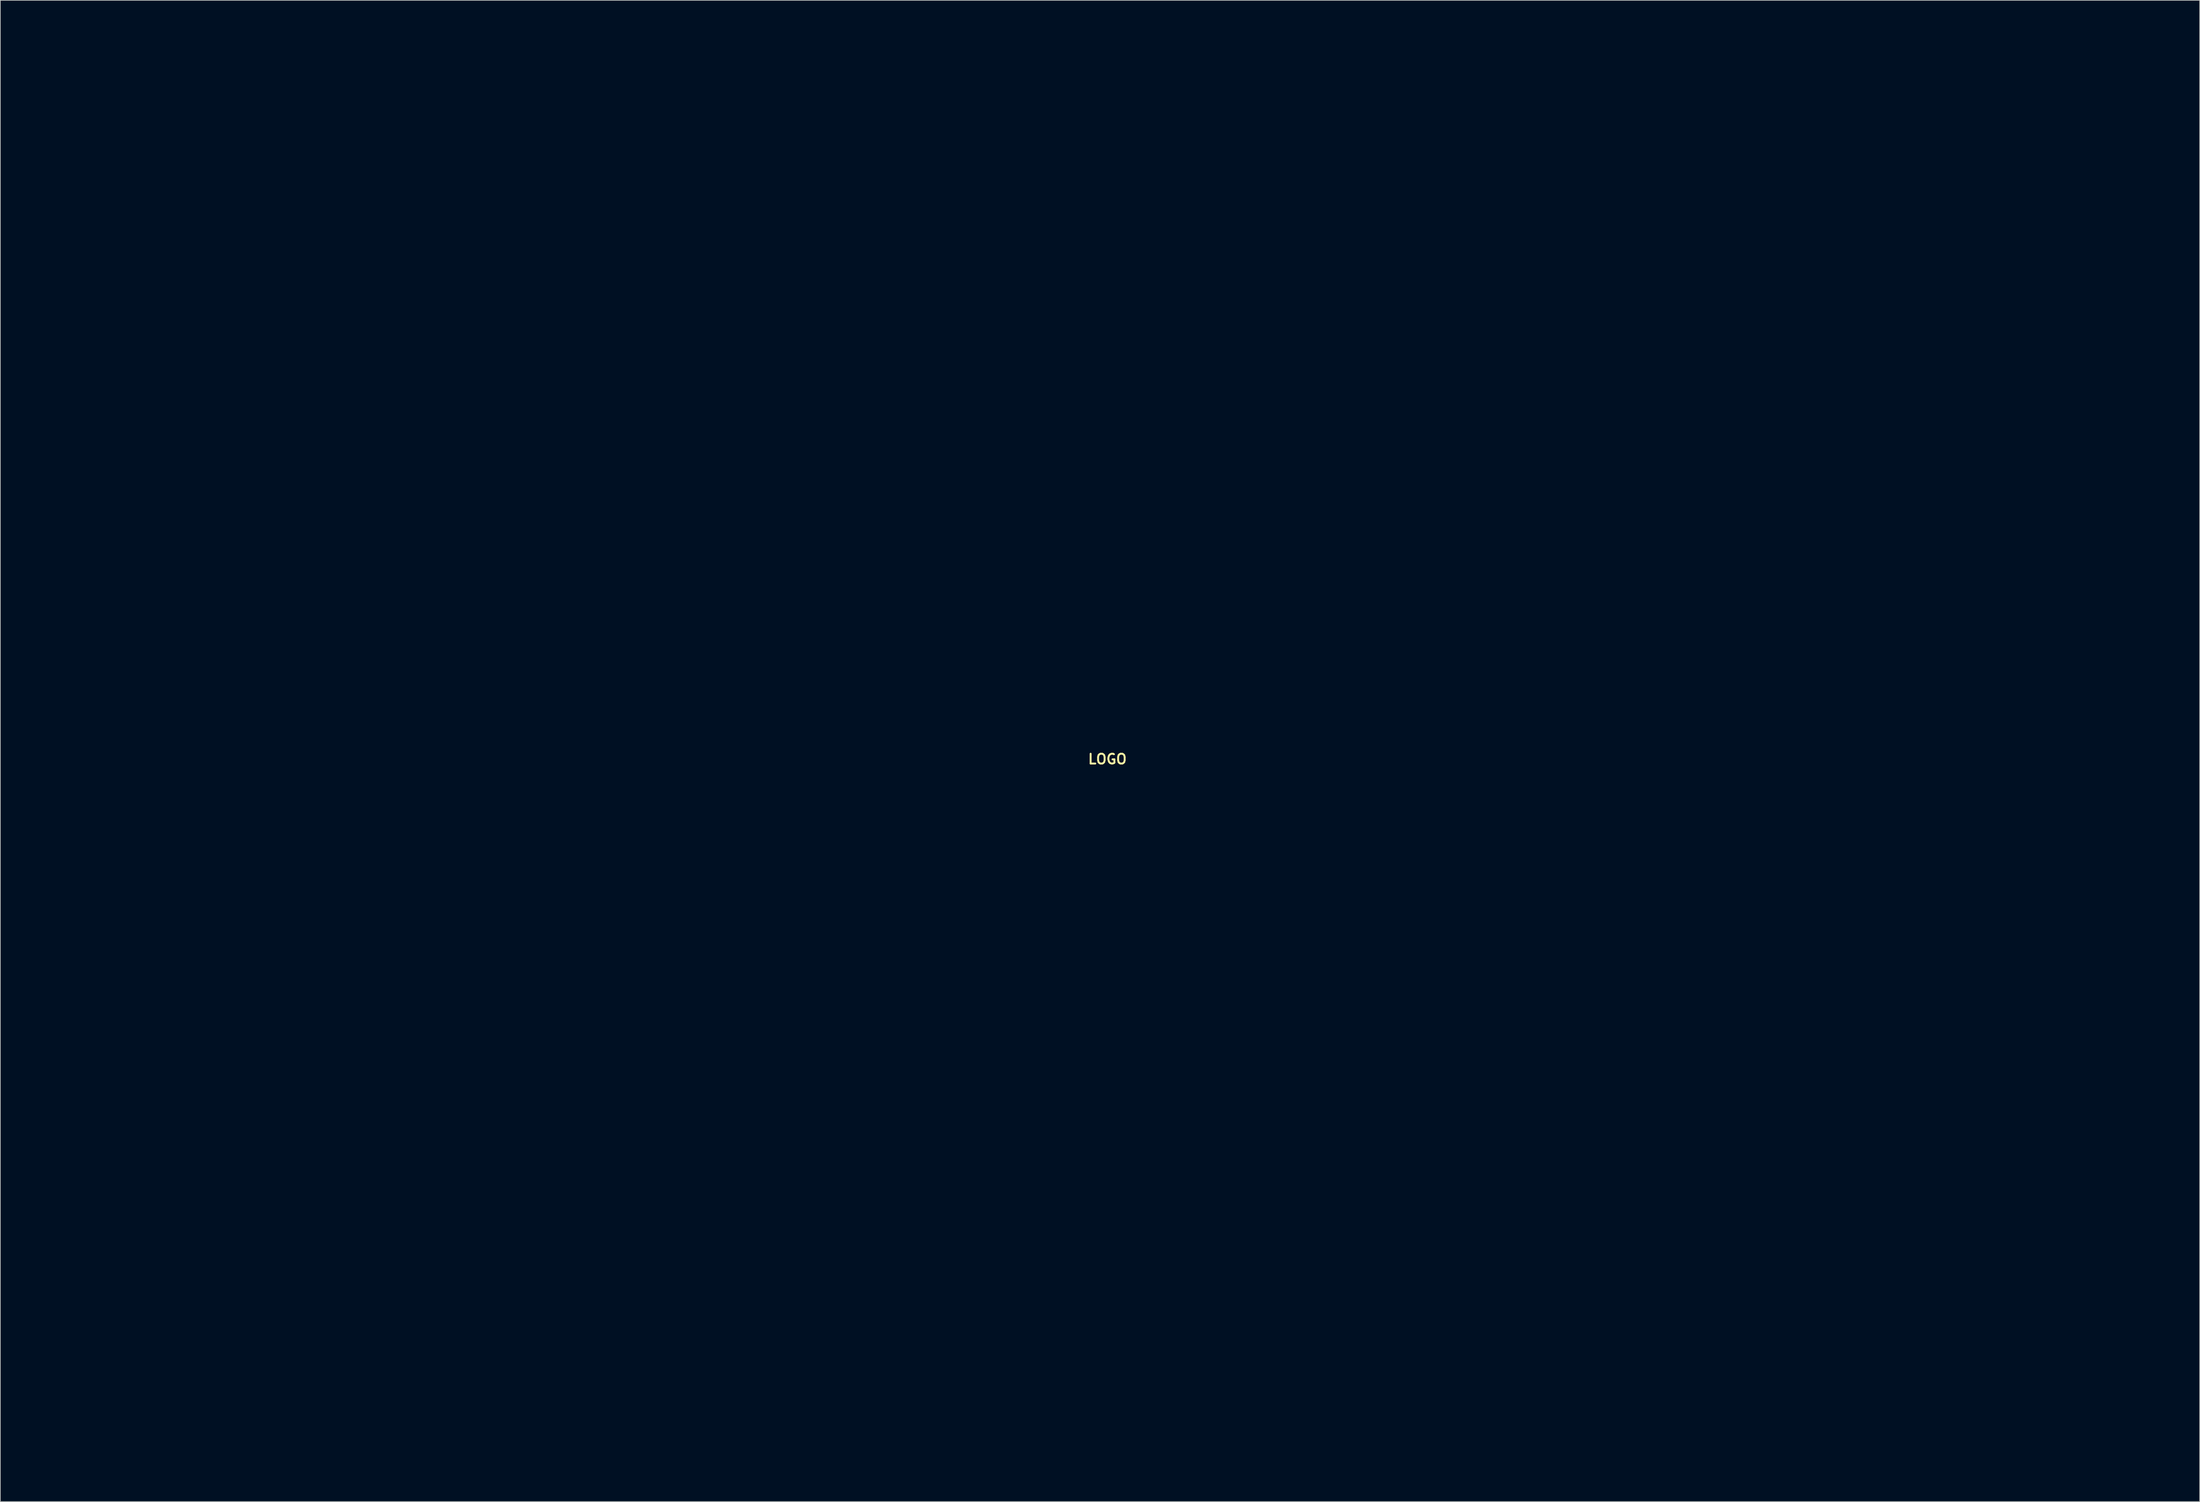
<source format=kicad_pcb>
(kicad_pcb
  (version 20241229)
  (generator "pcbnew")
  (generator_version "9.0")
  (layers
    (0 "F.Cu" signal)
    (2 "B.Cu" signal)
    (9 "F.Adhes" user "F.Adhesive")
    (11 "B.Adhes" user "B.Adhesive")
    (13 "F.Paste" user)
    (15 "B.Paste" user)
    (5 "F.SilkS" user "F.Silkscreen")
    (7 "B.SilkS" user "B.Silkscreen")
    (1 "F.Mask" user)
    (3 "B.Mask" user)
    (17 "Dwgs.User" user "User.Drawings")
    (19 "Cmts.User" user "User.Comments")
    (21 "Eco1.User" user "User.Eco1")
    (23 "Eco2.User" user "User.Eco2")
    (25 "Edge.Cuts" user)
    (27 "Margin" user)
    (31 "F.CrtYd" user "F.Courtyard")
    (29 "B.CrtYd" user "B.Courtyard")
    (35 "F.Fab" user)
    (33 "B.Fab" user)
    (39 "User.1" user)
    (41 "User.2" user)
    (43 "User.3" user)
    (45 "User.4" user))
  (footprint "LOGO"
    (layer "F.Cu")
    (at 169.312 115.108)
    (property "Reference" "LOGO" (at 0 0 0) (layer "F.SilkS") (effects (font (size 1.524 1.524) (thickness 0.3))))
    (attr through_hole)
    (fp_poly (pts (xy -127 112.183) (xy -133.562 112.183) (xy -133.562 88.688) (xy -127 88.688) (xy -127 112.183)) (stroke (width 0.01) (type solid)) (fill no) (layer "Eco2.User"))
    (fp_poly (pts (xy -114.935 112.183) (xy -121.497 112.183) (xy -121.497 74.718) (xy -114.935 74.718) (xy -114.935 112.183)) (stroke (width 0.01) (type solid)) (fill no) (layer "Eco2.User"))
    (fp_poly (pts (xy -128.911 75.135) (xy -127.73 75.652) (xy -126.76 76.451) (xy -126.376 76.958) (xy -125.778 78.246) (xy -125.542 79.584) (xy -125.652 80.901) (xy -126.09 82.125) (xy -126.839 83.182) (xy -127.88 84.001) (xy -128.111 84.124) (xy -129.358 84.546) (xy -130.706 84.67) (xy -132.003 84.489) (xy -132.609 84.272) (xy -133.73 83.555) (xy -134.566 82.601) (xy -135.117 81.48) (xy -135.38 80.264) (xy -135.354 79.023) (xy -135.035 77.829) (xy -134.422 76.751) (xy -133.514 75.862) (xy -132.861 75.466) (xy -131.563 75.022) (xy -130.218 74.918) (xy -128.911 75.135)) (stroke (width 0.01) (type solid)) (fill no) (layer "Eco2.User"))
    (fp_poly (pts (xy -14.076 74.622) (xy -12.232 74.777) (xy -10.653 75.217) (xy -9.371 75.935) (xy -9.336 75.962) (xy -8.829 76.353) (xy -10.143 78.263) (xy -11.263 77.719) (xy -12.346 77.332) (xy -13.584 77.11) (xy -14.809 77.067) (xy -15.857 77.22) (xy -15.967 77.254) (xy -17.125 77.846) (xy -18.033 78.774) (xy -18.69 80.042) (xy -19.098 81.649) (xy -19.257 83.598) (xy -19.259 83.873) (xy -19.262 85.725) (xy -10.795 85.725) (xy -10.795 88.053) (xy -19.262 88.053) (xy -19.262 112.183) (xy -21.802 112.183) (xy -21.802 88.053) (xy -27.093 88.053) (xy -27.093 85.725) (xy -21.802 85.725) (xy -21.802 83.703) (xy -21.668 81.468) (xy -21.271 79.536) (xy -20.614 77.917) (xy -19.701 76.621) (xy -18.886 75.894) (xy -17.9 75.288) (xy -16.855 74.895) (xy -15.634 74.682) (xy -14.125 74.621) (xy -14.076 74.622)) (stroke (width 0.01) (type solid)) (fill no) (layer "Eco2.User"))
    (fp_poly (pts (xy 99.815 85.327) (xy 100.989 85.41) (xy 101.917 85.567) (xy 102.055 85.605) (xy 102.728 85.839) (xy 103.457 86.135) (xy 104.096 86.431) (xy 104.499 86.663) (xy 104.525 86.684) (xy 104.474 86.884) (xy 104.278 87.321) (xy 104 87.868) (xy 103.705 88.395) (xy 103.542 88.654) (xy 103.349 88.798) (xy 103.016 88.742) (xy 102.501 88.504) (xy 101.052 87.987) (xy 99.402 87.784) (xy 97.639 87.899) (xy 96.185 88.23) (xy 95.1 88.715) (xy 93.966 89.486) (xy 92.901 90.441) (xy 92.026 91.477) (xy 91.615 92.147) (xy 91.372 92.637) (xy 91.171 93.098) (xy 91.008 93.574) (xy 90.88 94.11) (xy 90.781 94.751) (xy 90.708 95.541) (xy 90.658 96.527) (xy 90.625 97.751) (xy 90.607 99.26) (xy 90.598 101.099) (xy 90.596 103.311) (xy 90.596 103.558) (xy 90.593 112.183) (xy 87.842 112.183) (xy 87.842 85.513) (xy 90.382 85.513) (xy 90.382 87.789) (xy 90.383 90.064) (xy 90.827 89.323) (xy 91.81 88.055) (xy 93.099 86.954) (xy 94.584 86.097) (xy 96.159 85.558) (xy 96.266 85.534) (xy 97.309 85.387) (xy 98.541 85.319) (xy 99.815 85.327)) (stroke (width 0.01) (type solid)) (fill no) (layer "Eco2.User"))
    (fp_poly (pts (xy -103.031 85.161) (xy -102.976 95.604) (xy -98.758 90.559) (xy -94.539 85.513) (xy -90.661 85.513) (xy -89.067 85.525) (xy -87.894 85.562) (xy -87.14 85.622) (xy -86.803 85.707) (xy -86.783 85.738) (xy -86.92 85.942) (xy -87.309 86.424) (xy -87.918 87.147) (xy -88.717 88.076) (xy -89.674 89.173) (xy -90.758 90.403) (xy -91.938 91.729) (xy -91.987 91.784) (xy -93.166 93.113) (xy -94.247 94.348) (xy -95.197 95.454) (xy -95.987 96.395) (xy -96.587 97.132) (xy -96.964 97.63) (xy -97.09 97.853) (xy -97.089 97.856) (xy -96.932 98.065) (xy -96.527 98.559) (xy -95.902 99.302) (xy -95.088 100.261) (xy -94.113 101.401) (xy -93.006 102.687) (xy -91.798 104.086) (xy -91.145 104.839) (xy -89.898 106.282) (xy -88.742 107.634) (xy -87.707 108.859) (xy -86.819 109.923) (xy -86.11 110.791) (xy -85.606 111.428) (xy -85.338 111.8) (xy -85.302 111.877) (xy -85.362 111.987) (xy -85.578 112.068) (xy -86.002 112.124) (xy -86.688 112.159) (xy -87.686 112.178) (xy -89.051 112.183) (xy -89.185 112.183) (xy -93.069 112.183) (xy -98.022 106.139) (xy -102.976 100.095) (xy -103.032 106.139) (xy -103.088 112.183) (xy -109.643 112.183) (xy -109.643 74.718) (xy -103.086 74.718) (xy -103.031 85.161)) (stroke (width 0.01) (type solid)) (fill no) (layer "Eco2.User"))
    (fp_poly (pts (xy 1.27 85.513) (xy 9.948 85.513) (xy 9.948 87.63) (xy 1.27 87.63) (xy 1.27 96.279) (xy 1.275 98.339) (xy 1.291 100.255) (xy 1.315 101.981) (xy 1.348 103.469) (xy 1.387 104.675) (xy 1.432 105.553) (xy 1.483 106.055) (xy 1.485 106.069) (xy 1.873 107.339) (xy 2.495 108.432) (xy 3.288 109.25) (xy 3.697 109.51) (xy 4.691 109.836) (xy 5.918 109.952) (xy 7.244 109.859) (xy 8.534 109.558) (xy 8.746 109.484) (xy 9.979 109.03) (xy 10.382 109.919) (xy 10.626 110.497) (xy 10.772 110.922) (xy 10.79 111.02) (xy 10.611 111.199) (xy 10.135 111.463) (xy 9.472 111.752) (xy 8.611 112.039) (xy 7.704 112.219) (xy 6.596 112.319) (xy 6.032 112.343) (xy 5.021 112.367) (xy 4.304 112.343) (xy 3.751 112.254) (xy 3.234 112.079) (xy 2.752 111.862) (xy 1.433 111.086) (xy 0.425 110.124) (xy -0.344 108.896) (xy -0.784 107.814) (xy -0.87 107.519) (xy -0.942 107.149) (xy -1.002 106.665) (xy -1.052 106.027) (xy -1.093 105.197) (xy -1.126 104.133) (xy -1.154 102.797) (xy -1.178 101.15) (xy -1.199 99.151) (xy -1.216 97.208) (xy -1.294 87.63) (xy -6.773 87.63) (xy -6.773 85.513) (xy -1.27 85.513) (xy -1.27 77.949) (xy -0.476 77.818) (xy 0.187 77.728) (xy 0.749 77.685) (xy 0.794 77.684) (xy 1.27 77.682) (xy 1.27 85.513)) (stroke (width 0.01) (type solid)) (fill no) (layer "Eco2.User"))
    (fp_poly (pts (xy -85.37 -95.969) (xy -81.883 -95.377) (xy -78.55 -94.391) (xy -75.378 -93.013) (xy -72.37 -91.247) (xy -69.534 -89.094) (xy -67.617 -87.321) (xy -65.267 -84.722) (xy -63.296 -81.988) (xy -61.68 -79.075) (xy -60.397 -75.942) (xy -59.423 -72.544) (xy -59.247 -71.755) (xy -58.984 -70.113) (xy -58.815 -68.209) (xy -58.743 -66.178) (xy -58.769 -64.153) (xy -58.894 -62.27) (xy -59.12 -60.661) (xy -59.123 -60.642) (xy -60.006 -57.081) (xy -61.216 -53.779) (xy -62.768 -50.707) (xy -64.677 -47.842) (xy -66.956 -45.156) (xy -68.188 -43.921) (xy -70.907 -41.614) (xy -73.855 -39.66) (xy -77.011 -38.07) (xy -80.353 -36.854) (xy -83.039 -36.181) (xy -84.72 -35.915) (xy -86.639 -35.736) (xy -88.651 -35.649) (xy -90.61 -35.659) (xy -92.369 -35.772) (xy -93.028 -35.852) (xy -96.546 -36.57) (xy -99.909 -37.662) (xy -103.091 -39.11) (xy -106.065 -40.892) (xy -108.806 -42.988) (xy -111.287 -45.379) (xy -113.483 -48.043) (xy -115.366 -50.961) (xy -116.912 -54.112) (xy -117.078 -54.516) (xy -118.217 -57.892) (xy -118.949 -61.306) (xy -119.282 -64.728) (xy -119.227 -68.129) (xy -118.794 -71.479) (xy -117.992 -74.748) (xy -116.831 -77.908) (xy -115.321 -80.927) (xy -113.472 -83.777) (xy -111.294 -86.427) (xy -108.796 -88.849) (xy -105.989 -91.012) (xy -104.669 -91.867) (xy -101.596 -93.51) (xy -98.373 -94.759) (xy -94.996 -95.613) (xy -91.463 -96.075) (xy -89.006 -96.165) (xy -85.37 -95.969)) (stroke (width 0.01) (type solid)) (fill no) (layer "Eco2.User"))
    (fp_poly (pts (xy 3.698 -115.085) (xy 6.324 -115.042) (xy 8.699 -114.974) (xy 9.064 -114.96) (xy 10.814 -114.886) (xy 12.664 -114.798) (xy 14.559 -114.699) (xy 16.444 -114.594) (xy 18.265 -114.485) (xy 19.967 -114.375) (xy 21.496 -114.27) (xy 22.796 -114.171) (xy 23.814 -114.082) (xy 24.495 -114.007) (xy 24.712 -113.972) (xy 25.188 -113.869) (xy 25.188 59.864) (xy 24.395 59.981) (xy 24.128 60.016) (xy 23.776 60.055) (xy 23.298 60.101) (xy 22.654 60.157) (xy 21.805 60.226) (xy 20.709 60.312) (xy 19.325 60.418) (xy 17.615 60.547) (xy 15.537 60.703) (xy 14.711 60.764) (xy 13.797 60.815) (xy 12.508 60.863) (xy 10.895 60.906) (xy 9.006 60.945) (xy 6.89 60.979) (xy 4.597 61.009) (xy 2.175 61.033) (xy -0.325 61.052) (xy -2.855 61.065) (xy -5.365 61.071) (xy -7.807 61.072) (xy -10.132 61.065) (xy -12.289 61.052) (xy -14.23 61.031) (xy -15.906 61.003) (xy -17.267 60.966) (xy -17.475 60.959) (xy -19.203 60.887) (xy -21.212 60.791) (xy -23.406 60.677) (xy -25.69 60.55) (xy -27.968 60.415) (xy -30.144 60.279) (xy -32.124 60.146) (xy -33.811 60.023) (xy -34.343 59.981) (xy -35.983 59.847) (xy -35.983 -112.361) (xy -35.401 -112.481) (xy -34.153 -112.711) (xy -32.549 -112.961) (xy -30.655 -113.226) (xy -28.536 -113.496) (xy -26.258 -113.765) (xy -23.888 -114.023) (xy -21.492 -114.264) (xy -19.135 -114.48) (xy -17.357 -114.626) (xy -15.419 -114.752) (xy -13.133 -114.861) (xy -10.574 -114.951) (xy -7.817 -115.021) (xy -4.936 -115.07) (xy -2.007 -115.098) (xy 0.896 -115.103) (xy 3.698 -115.085)) (stroke (width 0.01) (type solid)) (fill no) (layer "Eco2.User"))
    (fp_poly (pts (xy -136.239 -54.626) (xy -136.049 -54.104) (xy -135.803 -53.333) (xy -135.529 -52.391) (xy -135.529 -52.391) (xy -134.256 -48.566) (xy -132.605 -44.791) (xy -130.615 -41.121) (xy -128.322 -37.613) (xy -125.763 -34.322) (xy -122.976 -31.303) (xy -119.997 -28.612) (xy -119.168 -27.952) (xy -115.772 -25.51) (xy -112.329 -23.431) (xy -108.735 -21.654) (xy -104.882 -20.125) (xy -104.53 -20.001) (xy -101.465 -19.075) (xy -98.185 -18.339) (xy -94.802 -17.808) (xy -91.428 -17.496) (xy -88.177 -17.417) (xy -85.525 -17.55) (xy -81.024 -18.124) (xy -76.775 -19.01) (xy -72.738 -20.225) (xy -68.877 -21.784) (xy -65.154 -23.706) (xy -61.532 -26.006) (xy -57.972 -28.702) (xy -55.51 -30.822) (xy -54.187 -32.016) (xy -54.187 57.785) (xy -54.769 57.764) (xy -55.162 57.726) (xy -55.893 57.632) (xy -56.883 57.494) (xy -58.053 57.323) (xy -59.161 57.154) (xy -63.951 56.364) (xy -68.972 55.444) (xy -74.091 54.42) (xy -79.174 53.321) (xy -84.09 52.174) (xy -88.371 51.095) (xy -95.795 49.012) (xy -103.03 46.715) (xy -110.057 44.214) (xy -116.856 41.519) (xy -123.408 38.639) (xy -129.694 35.586) (xy -135.694 32.368) (xy -141.39 28.997) (xy -146.763 25.482) (xy -151.792 21.833) (xy -156.459 18.061) (xy -160.745 14.176) (xy -163.09 11.831) (xy -164.859 9.955) (xy -166.338 8.304) (xy -167.564 6.835) (xy -168.439 5.689) (xy -169.307 4.499) (xy -168.18 1.138) (xy -165.933 -5.055) (xy -163.321 -11.35) (xy -160.373 -17.694) (xy -157.117 -24.033) (xy -153.584 -30.316) (xy -149.802 -36.49) (xy -145.799 -42.502) (xy -141.607 -48.3) (xy -138.807 -51.911) (xy -138.048 -52.853) (xy -137.377 -53.668) (xy -136.839 -54.302) (xy -136.48 -54.702) (xy -136.347 -54.819) (xy -136.239 -54.626)) (stroke (width 0.01) (type solid)) (fill no) (layer "Eco2.User"))
    (fp_poly (pts (xy 68.968 85.197) (xy 71.083 85.596) (xy 73.106 86.342) (xy 74.968 87.403) (xy 76.598 88.75) (xy 77.714 90.043) (xy 78.317 90.869) (xy 78.317 85.513) (xy 80.857 85.513) (xy 80.857 112.183) (xy 78.317 112.183) (xy 78.31 109.167) (xy 78.303 106.151) (xy 77.854 106.786) (xy 77.508 107.208) (xy 76.949 107.824) (xy 76.267 108.534) (xy 75.853 108.948) (xy 74.254 110.29) (xy 72.492 111.356) (xy 70.665 112.093) (xy 69.427 112.383) (xy 68.639 112.502) (xy 68.04 112.56) (xy 67.473 112.556) (xy 66.783 112.492) (xy 65.934 112.382) (xy 63.839 111.893) (xy 61.858 111.029) (xy 60.034 109.829) (xy 58.407 108.336) (xy 57.018 106.591) (xy 55.908 104.634) (xy 55.119 102.507) (xy 54.839 101.297) (xy 54.588 98.86) (xy 54.649 97.782) (xy 57.371 97.782) (xy 57.386 99.274) (xy 57.52 100.704) (xy 57.747 101.833) (xy 58.466 103.748) (xy 59.492 105.489) (xy 60.775 107.004) (xy 62.265 108.241) (xy 63.913 109.145) (xy 64.987 109.516) (xy 66.242 109.74) (xy 67.71 109.827) (xy 69.203 109.779) (xy 70.532 109.593) (xy 70.795 109.531) (xy 72.651 108.84) (xy 74.294 107.814) (xy 75.701 106.498) (xy 76.848 104.935) (xy 77.713 103.17) (xy 78.27 101.247) (xy 78.498 99.21) (xy 78.371 97.103) (xy 78.11 95.797) (xy 77.402 93.764) (xy 76.398 91.979) (xy 75.125 90.473) (xy 73.612 89.281) (xy 71.888 88.433) (xy 71.446 88.285) (xy 69.288 87.816) (xy 67.19 87.734) (xy 65.191 88.019) (xy 63.329 88.653) (xy 61.644 89.615) (xy 60.173 90.887) (xy 58.954 92.449) (xy 58.025 94.282) (xy 57.699 95.236) (xy 57.475 96.384) (xy 57.371 97.782) (xy 54.649 97.782) (xy 54.721 96.498) (xy 55.224 94.25) (xy 56.079 92.155) (xy 57.273 90.252) (xy 58.787 88.58) (xy 60.536 87.224) (xy 62.139 86.376) (xy 63.991 85.711) (xy 65.934 85.281) (xy 66.829 85.175) (xy 68.968 85.197)) (stroke (width 0.01) (type solid)) (fill no) (layer "Eco2.User"))
    (fp_poly (pts (xy 123.577 85.453) (xy 125.77 86.09) (xy 127.712 87.048) (xy 129.388 88.316) (xy 130.779 89.883) (xy 131.868 91.738) (xy 131.907 91.822) (xy 132.336 92.982) (xy 132.69 94.366) (xy 132.946 95.826) (xy 133.077 97.215) (xy 133.059 98.384) (xy 133.046 98.492) (xy 132.896 99.695) (xy 109.606 99.695) (xy 109.753 100.595) (xy 110.054 101.804) (xy 110.554 103.157) (xy 111.176 104.475) (xy 111.845 105.58) (xy 111.949 105.723) (xy 112.923 106.786) (xy 114.164 107.811) (xy 115.526 108.69) (xy 116.78 109.282) (xy 118.201 109.641) (xy 119.833 109.768) (xy 121.534 109.668) (xy 123.161 109.344) (xy 123.825 109.128) (xy 125.085 108.576) (xy 126.364 107.875) (xy 127.542 107.099) (xy 128.498 106.327) (xy 128.862 105.956) (xy 129.491 105.239) (xy 131.429 106.84) (xy 130.108 108.109) (xy 128.326 109.616) (xy 126.429 110.798) (xy 124.73 111.571) (xy 123.943 111.863) (xy 123.253 112.06) (xy 122.526 112.184) (xy 121.631 112.259) (xy 120.544 112.304) (xy 118.84 112.314) (xy 117.532 112.221) (xy 116.886 112.102) (xy 114.884 111.387) (xy 112.97 110.302) (xy 111.236 108.901) (xy 111.058 108.727) (xy 109.511 106.914) (xy 108.339 104.917) (xy 107.539 102.725) (xy 107.107 100.329) (xy 107.022 98.531) (xy 107.096 97.367) (xy 109.596 97.367) (xy 130.647 97.367) (xy 130.498 96.15) (xy 130.114 94.312) (xy 129.451 92.604) (xy 128.551 91.109) (xy 127.457 89.91) (xy 127.156 89.665) (xy 125.583 88.707) (xy 123.765 88.009) (xy 121.811 87.596) (xy 119.83 87.497) (xy 118.635 87.604) (xy 116.551 88.108) (xy 114.704 88.958) (xy 113.109 90.138) (xy 111.781 91.632) (xy 110.736 93.425) (xy 109.989 95.501) (xy 109.739 96.604) (xy 109.596 97.367) (xy 107.096 97.367) (xy 107.173 96.163) (xy 107.634 94.049) (xy 108.427 92.134) (xy 109.575 90.359) (xy 110.889 88.877) (xy 112.624 87.391) (xy 114.486 86.286) (xy 116.507 85.553) (xy 118.722 85.177) (xy 121.153 85.147) (xy 123.577 85.453)) (stroke (width 0.01) (type solid)) (fill no) (layer "Eco2.User"))
    (fp_poly (pts (xy -41.138 85.266) (xy -38.915 85.794) (xy -36.902 86.685) (xy -35.086 87.941) (xy -34.273 88.683) (xy -32.79 90.413) (xy -31.676 92.306) (xy -30.918 94.391) (xy -30.508 96.696) (xy -30.42 98.531) (xy -30.606 101.072) (xy -31.159 103.441) (xy -32.066 105.613) (xy -33.317 107.562) (xy -34.901 109.264) (xy -35.069 109.412) (xy -36.018 110.11) (xy -37.22 110.814) (xy -38.523 111.448) (xy -39.775 111.937) (xy -40.598 112.164) (xy -42.045 112.352) (xy -43.688 112.39) (xy -45.352 112.284) (xy -46.862 112.042) (xy -47.413 111.899) (xy -48.816 111.407) (xy -50.033 110.796) (xy -51.189 109.99) (xy -52.404 108.913) (xy -52.728 108.596) (xy -53.629 107.649) (xy -54.301 106.793) (xy -54.861 105.87) (xy -55.2 105.198) (xy -55.724 104.063) (xy -56.101 103.115) (xy -56.353 102.239) (xy -56.505 101.319) (xy -56.581 100.24) (xy -56.605 98.887) (xy -56.605 98.425) (xy -56.603 98.178) (xy -54.139 98.178) (xy -54.023 100.232) (xy -53.569 102.209) (xy -52.805 104.061) (xy -51.758 105.739) (xy -50.457 107.195) (xy -48.928 108.378) (xy -47.199 109.241) (xy -46.337 109.519) (xy -45.071 109.747) (xy -43.636 109.829) (xy -42.212 109.764) (xy -40.98 109.554) (xy -40.837 109.514) (xy -39.145 108.879) (xy -37.687 108.016) (xy -36.309 106.833) (xy -36.245 106.769) (xy -34.893 105.126) (xy -33.903 103.268) (xy -33.279 101.205) (xy -33.026 98.949) (xy -33.02 98.531) (xy -33.206 96.264) (xy -33.762 94.196) (xy -34.682 92.339) (xy -35.962 90.7) (xy -37.597 89.29) (xy -37.895 89.083) (xy -39.253 88.385) (xy -40.87 87.896) (xy -42.631 87.63) (xy -44.419 87.6) (xy -46.121 87.818) (xy -47.015 88.062) (xy -48.907 88.912) (xy -50.543 90.089) (xy -51.902 91.572) (xy -52.965 93.338) (xy -53.714 95.363) (xy -53.891 96.097) (xy -54.139 98.178) (xy -56.603 98.178) (xy -56.597 97.172) (xy -56.566 96.237) (xy -56.502 95.519) (xy -56.39 94.912) (xy -56.219 94.312) (xy -56.044 93.803) (xy -55.262 91.973) (xy -54.297 90.407) (xy -53.051 88.955) (xy -52.597 88.51) (xy -50.901 87.134) (xy -49.082 86.125) (xy -47.09 85.467) (xy -44.876 85.139) (xy -43.584 85.093) (xy -41.138 85.266)) (stroke (width 0.01) (type solid)) (fill no) (layer "Eco2.User"))
    (fp_poly (pts (xy 37.275 97.038) (xy 37.989 99.149) (xy 38.664 101.136) (xy 39.289 102.963) (xy 39.85 104.594) (xy 40.336 105.994) (xy 40.734 107.128) (xy 41.033 107.96) (xy 41.219 108.455) (xy 41.279 108.584) (xy 41.374 108.393) (xy 41.579 107.857) (xy 41.872 107.035) (xy 42.234 105.986) (xy 42.642 104.767) (xy 42.797 104.299) (xy 43.216 103.025) (xy 43.738 101.437) (xy 44.335 99.623) (xy 44.978 97.672) (xy 45.637 95.671) (xy 46.283 93.708) (xy 46.595 92.763) (xy 48.984 85.513) (xy 50.444 85.513) (xy 51.252 85.535) (xy 51.692 85.608) (xy 51.817 85.743) (xy 51.809 85.778) (xy 51.725 86.019) (xy 51.514 86.626) (xy 51.188 87.564) (xy 50.759 88.801) (xy 50.238 90.302) (xy 49.638 92.032) (xy 48.97 93.959) (xy 48.246 96.047) (xy 47.477 98.263) (xy 47.183 99.112) (xy 42.651 112.181) (xy 41.242 112.182) (xy 39.833 112.183) (xy 39.521 111.284) (xy 39.364 110.834) (xy 39.091 110.051) (xy 38.726 109.004) (xy 38.292 107.759) (xy 37.812 106.384) (xy 37.472 105.41) (xy 36.86 103.634) (xy 36.177 101.614) (xy 35.476 99.508) (xy 34.808 97.47) (xy 34.225 95.657) (xy 34.163 95.462) (xy 33.727 94.081) (xy 33.333 92.834) (xy 32.999 91.777) (xy 32.743 90.968) (xy 32.583 90.463) (xy 32.537 90.318) (xy 32.461 90.455) (xy 32.281 90.94) (xy 32.016 91.712) (xy 31.688 92.714) (xy 31.314 93.887) (xy 31.272 94.022) (xy 30.9 95.188) (xy 30.414 96.67) (xy 29.844 98.384) (xy 29.217 100.247) (xy 28.561 102.174) (xy 27.905 104.084) (xy 27.573 105.04) (xy 25.085 112.183) (xy 23.648 112.183) (xy 22.726 112.142) (xy 22.218 112.02) (xy 22.116 111.919) (xy 22.031 111.675) (xy 21.82 111.068) (xy 21.495 110.133) (xy 21.07 108.907) (xy 20.557 107.425) (xy 19.967 105.724) (xy 19.315 103.84) (xy 18.611 101.809) (xy 17.989 100.013) (xy 17.237 97.842) (xy 16.513 95.754) (xy 15.831 93.79) (xy 15.205 91.989) (xy 14.649 90.393) (xy 14.179 89.044) (xy 13.807 87.983) (xy 13.549 87.249) (xy 13.439 86.942) (xy 12.921 85.513) (xy 15.841 85.513) (xy 19.716 97.143) (xy 20.422 99.261) (xy 21.09 101.253) (xy 21.705 103.083) (xy 22.257 104.717) (xy 22.734 106.119) (xy 23.123 107.254) (xy 23.413 108.088) (xy 23.592 108.584) (xy 23.647 108.715) (xy 23.724 108.509) (xy 23.923 107.939) (xy 24.233 107.038) (xy 24.642 105.843) (xy 25.138 104.39) (xy 25.708 102.714) (xy 26.34 100.85) (xy 27.022 98.836) (xy 27.596 97.138) (xy 31.487 85.619) (xy 32.434 85.556) (xy 33.38 85.493) (xy 37.275 97.038)) (stroke (width 0.01) (type solid)) (fill no) (layer "Eco2.User"))
    (fp_poly (pts (xy -70.559 85.211) (xy -69.479 85.261) (xy -68.632 85.355) (xy -67.922 85.501) (xy -67.627 85.584) (xy -66.246 86.089) (xy -64.853 86.743) (xy -63.614 87.463) (xy -63.007 87.896) (xy -62.194 88.541) (xy -63.035 89.382) (xy -63.876 90.223) (xy -64.869 89.54) (xy -65.629 89.073) (xy -66.546 88.587) (xy -67.168 88.3) (xy -67.697 88.085) (xy -68.175 87.934) (xy -68.692 87.835) (xy -69.338 87.777) (xy -70.203 87.749) (xy -71.378 87.74) (xy -71.755 87.739) (xy -73.097 87.746) (xy -74.102 87.777) (xy -74.854 87.838) (xy -75.439 87.938) (xy -75.943 88.084) (xy -76.094 88.14) (xy -77.48 88.776) (xy -78.482 89.498) (xy -79.137 90.345) (xy -79.483 91.358) (xy -79.546 91.863) (xy -79.504 93.025) (xy -79.161 93.95) (xy -78.476 94.735) (xy -78.244 94.922) (xy -77.698 95.278) (xy -77.008 95.608) (xy -76.123 95.927) (xy -74.992 96.25) (xy -73.565 96.594) (xy -71.792 96.973) (xy -70.898 97.153) (xy -69.542 97.433) (xy -68.252 97.72) (xy -67.113 97.994) (xy -66.215 98.232) (xy -65.644 98.414) (xy -65.635 98.418) (xy -64.002 99.23) (xy -62.746 100.234) (xy -61.862 101.435) (xy -61.349 102.838) (xy -61.202 104.448) (xy -61.239 105.09) (xy -61.594 106.748) (xy -62.32 108.234) (xy -63.39 109.531) (xy -64.78 110.618) (xy -66.466 111.477) (xy -68.421 112.089) (xy -70.621 112.436) (xy -71.014 112.467) (xy -71.99 112.496) (xy -73 112.468) (xy -73.665 112.408) (xy -75.484 112.011) (xy -77.324 111.338) (xy -79.09 110.441) (xy -80.69 109.374) (xy -82.029 108.189) (xy -82.778 107.292) (xy -83.062 106.859) (xy -83.105 106.59) (xy -82.915 106.31) (xy -82.837 106.222) (xy -82.365 105.771) (xy -81.887 105.39) (xy -81.33 104.993) (xy -79.85 106.447) (xy -78.266 107.762) (xy -76.505 108.801) (xy -74.646 109.532) (xy -72.766 109.925) (xy -70.943 109.951) (xy -70.832 109.94) (xy -69.468 109.691) (xy -68.076 109.267) (xy -66.8 108.72) (xy -65.782 108.105) (xy -65.665 108.013) (xy -64.705 107.013) (xy -64.09 105.889) (xy -63.83 104.707) (xy -63.933 103.532) (xy -64.409 102.43) (xy -64.773 101.946) (xy -65.359 101.407) (xy -66.133 100.935) (xy -67.145 100.513) (xy -68.446 100.122) (xy -70.084 99.743) (xy -71.438 99.479) (xy -73.221 99.144) (xy -74.652 98.858) (xy -75.794 98.605) (xy -76.713 98.367) (xy -77.473 98.128) (xy -78.141 97.87) (xy -78.779 97.576) (xy -78.842 97.545) (xy -79.866 96.986) (xy -80.602 96.431) (xy -81.166 95.772) (xy -81.66 94.933) (xy -81.975 94.228) (xy -82.146 93.531) (xy -82.213 92.659) (xy -82.218 92.285) (xy -82.058 90.656) (xy -81.548 89.246) (xy -80.676 88.035) (xy -79.429 87.002) (xy -78.36 86.392) (xy -77.373 85.937) (xy -76.46 85.611) (xy -75.515 85.393) (xy -74.434 85.265) (xy -73.112 85.206) (xy -71.967 85.196) (xy -70.559 85.211)) (stroke (width 0.01) (type solid)) (fill no) (layer "Eco2.User"))
    (fp_poly (pts (xy 43.942 -111.51) (xy 44.573 -111.405) (xy 45.492 -111.242) (xy 46.633 -111.035) (xy 47.932 -110.793) (xy 48.477 -110.691) (xy 56.292 -109.109) (xy 63.778 -107.371) (xy 71.004 -105.454) (xy 78.044 -103.337) (xy 84.967 -100.998) (xy 91.846 -98.417) (xy 98.637 -95.621) (xy 104.246 -93.213) (xy 104.352 -72.641) (xy 104.457 -52.069) (xy 117.58 -65.193) (xy 119.537 -67.148) (xy 121.409 -69.014) (xy 123.175 -70.772) (xy 124.813 -72.398) (xy 126.301 -73.872) (xy 127.618 -75.172) (xy 128.742 -76.277) (xy 129.651 -77.165) (xy 130.324 -77.815) (xy 130.738 -78.205) (xy 130.872 -78.317) (xy 131.119 -78.197) (xy 131.664 -77.859) (xy 132.463 -77.332) (xy 133.472 -76.647) (xy 134.645 -75.835) (xy 135.94 -74.925) (xy 137.312 -73.948) (xy 138.716 -72.935) (xy 138.853 -72.835) (xy 143.765 -69.162) (xy 148.39 -65.488) (xy 152.833 -61.726) (xy 157.197 -57.785) (xy 161.586 -53.577) (xy 163.247 -51.923) (xy 167.004 -48.151) (xy 145.838 -26.989) (xy 156.219 -16.607) (xy 166.599 -6.225) (xy 161.987 -1.679) (xy 155.543 4.415) (xy 148.95 10.14) (xy 142.156 15.538) (xy 135.109 20.652) (xy 133.356 21.853) (xy 130.294 23.93) (xy 117.323 10.96) (xy 104.352 -2.01) (xy 104.352 38.475) (xy 101.653 39.694) (xy 96.494 41.964) (xy 91.469 44.045) (xy 86.489 45.969) (xy 81.464 47.767) (xy 76.305 49.472) (xy 70.923 51.114) (xy 65.228 52.725) (xy 63.818 53.107) (xy 61.244 53.767) (xy 58.295 54.465) (xy 55.017 55.189) (xy 51.456 55.931) (xy 48.578 56.502) (xy 47.236 56.763) (xy 46.017 57.002) (xy 44.988 57.204) (xy 44.216 57.357) (xy 43.771 57.447) (xy 43.709 57.46) (xy 43.674 57.466) (xy 43.64 57.459) (xy 43.608 57.426) (xy 43.579 57.355) (xy 43.551 57.235) (xy 43.525 57.053) (xy 43.501 56.796) (xy 43.479 56.453) (xy 43.458 56.011) (xy 43.439 55.459) (xy 43.422 54.783) (xy 43.406 53.972) (xy 43.392 53.013) (xy 43.379 51.895) (xy 43.367 50.605) (xy 43.357 49.13) (xy 43.348 47.46) (xy 43.34 45.58) (xy 43.334 43.48) (xy 43.328 41.146) (xy 43.324 38.568) (xy 43.32 35.732) (xy 43.318 32.626) (xy 43.316 29.238) (xy 43.315 25.557) (xy 43.315 21.569) (xy 43.316 17.262) (xy 43.317 12.625) (xy 43.319 7.644) (xy 43.322 2.309) (xy 43.325 -3.394) (xy 43.328 -9.477) (xy 43.332 -15.952) (xy 43.337 -22.83) (xy 43.339 -26.997) (xy 43.344 -34.329) (xy 43.349 -41.249) (xy 43.354 -47.768) (xy 43.36 -53.895) (xy 43.366 -59.641) (xy 43.372 -65.018) (xy 43.379 -70.036) (xy 43.386 -74.706) (xy 43.393 -79.038) (xy 43.401 -83.044) (xy 43.41 -86.734) (xy 43.419 -90.118) (xy 43.429 -93.208) (xy 43.44 -96.013) (xy 43.451 -98.546) (xy 43.463 -100.817) (xy 43.476 -102.836) (xy 43.49 -104.614) (xy 43.504 -106.161) (xy 43.52 -107.49) (xy 43.536 -108.61) (xy 43.554 -109.531) (xy 43.572 -110.266) (xy 43.592 -110.824) (xy 43.613 -111.216) (xy 43.635 -111.453) (xy 43.658 -111.546) (xy 43.663 -111.548) (xy 43.942 -111.51)) (stroke (width 0.01) (type solid)) (fill no) (layer "Eco2.User")))
  (gr_rect
    (start -3 -3)
    (end 339.32 230.673)
    (stroke (width 0.1) (type default))
    (fill no)
    (layer "Edge.Cuts")))
</source>
